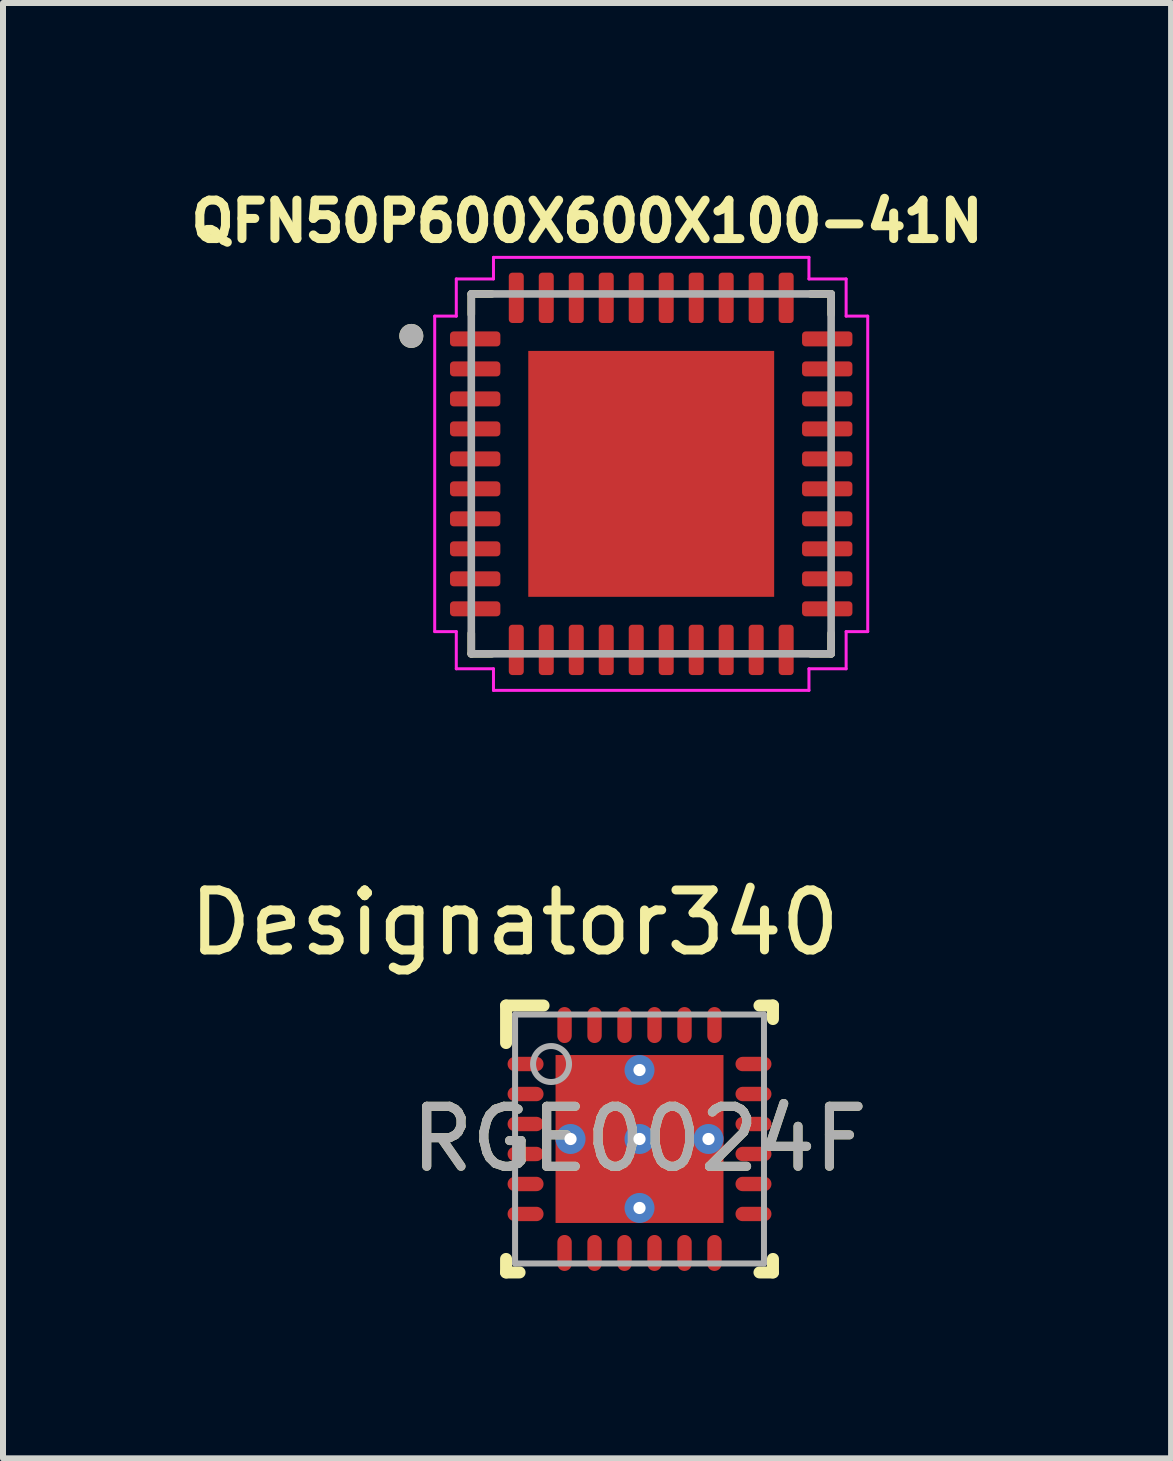
<source format=kicad_pcb>
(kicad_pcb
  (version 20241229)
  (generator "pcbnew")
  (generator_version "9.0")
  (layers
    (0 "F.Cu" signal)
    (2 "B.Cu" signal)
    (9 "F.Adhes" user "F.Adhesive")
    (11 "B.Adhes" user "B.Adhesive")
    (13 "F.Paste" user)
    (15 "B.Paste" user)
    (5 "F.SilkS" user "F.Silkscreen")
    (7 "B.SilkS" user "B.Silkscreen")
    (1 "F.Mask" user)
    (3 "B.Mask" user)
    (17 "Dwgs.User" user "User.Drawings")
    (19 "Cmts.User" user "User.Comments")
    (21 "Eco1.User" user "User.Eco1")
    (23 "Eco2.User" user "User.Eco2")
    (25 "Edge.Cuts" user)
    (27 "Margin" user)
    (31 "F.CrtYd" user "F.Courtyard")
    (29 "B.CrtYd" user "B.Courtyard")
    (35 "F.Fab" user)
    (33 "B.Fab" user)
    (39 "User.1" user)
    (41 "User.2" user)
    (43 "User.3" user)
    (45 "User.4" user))
  (footprint "QFN50P600X600X100-41N"
    (layer "F.Cu")
    (at 7.808 4.851)
    (property "Reference" "QFN50P600X600X100-41N" (at -1.07 -4.212 0) (layer "F.SilkS") (effects (font (size 0.641 0.641) (thickness 0.15))))
    (attr smd)
    (fp_line (start -3 -3) (end -3 -2.66) (stroke (width 0.127) (type solid)) (layer "F.SilkS"))
    (fp_line (start -3 3) (end -3 2.66) (stroke (width 0.127) (type solid)) (layer "F.SilkS"))
    (fp_line (start -2.66 -3) (end -3 -3) (stroke (width 0.127) (type solid)) (layer "F.SilkS"))
    (fp_line (start -2.66 3) (end -3 3) (stroke (width 0.127) (type solid)) (layer "F.SilkS"))
    (fp_line (start 2.66 -3) (end 3 -3) (stroke (width 0.127) (type solid)) (layer "F.SilkS"))
    (fp_line (start 2.66 3) (end 3 3) (stroke (width 0.127) (type solid)) (layer "F.SilkS"))
    (fp_line (start 3 -3) (end 3 -2.66) (stroke (width 0.127) (type solid)) (layer "F.SilkS"))
    (fp_line (start 3 3) (end 3 2.66) (stroke (width 0.127) (type solid)) (layer "F.SilkS"))
    (fp_circle (center -4 -2.3) (end -3.9 -2.3) (stroke (width 0.2) (type solid)) (fill no) (layer "F.SilkS"))
    (fp_poly (pts (xy -1.303 -1.3) (xy 1.3 -1.3) (xy 1.3 1.303) (xy -1.303 1.303)) (stroke (width 0.01) (type solid)) (fill yes) (layer "F.Paste"))
    (fp_line (start -3.61 -2.63) (end -3.61 2.63) (stroke (width 0.05) (type solid)) (layer "F.CrtYd"))
    (fp_line (start -3.61 2.63) (end -3.25 2.63) (stroke (width 0.05) (type solid)) (layer "F.CrtYd"))
    (fp_line (start -3.25 -3.25) (end -3.25 -2.63) (stroke (width 0.05) (type solid)) (layer "F.CrtYd"))
    (fp_line (start -3.25 -2.63) (end -3.61 -2.63) (stroke (width 0.05) (type solid)) (layer "F.CrtYd"))
    (fp_line (start -3.25 2.63) (end -3.25 3.25) (stroke (width 0.05) (type solid)) (layer "F.CrtYd"))
    (fp_line (start -3.25 3.25) (end -2.63 3.25) (stroke (width 0.05) (type solid)) (layer "F.CrtYd"))
    (fp_line (start -2.63 -3.61) (end -2.63 -3.25) (stroke (width 0.05) (type solid)) (layer "F.CrtYd"))
    (fp_line (start -2.63 -3.25) (end -3.25 -3.25) (stroke (width 0.05) (type solid)) (layer "F.CrtYd"))
    (fp_line (start -2.63 3.25) (end -2.63 3.61) (stroke (width 0.05) (type solid)) (layer "F.CrtYd"))
    (fp_line (start -2.63 3.61) (end 2.63 3.61) (stroke (width 0.05) (type solid)) (layer "F.CrtYd"))
    (fp_line (start 2.63 -3.61) (end -2.63 -3.61) (stroke (width 0.05) (type solid)) (layer "F.CrtYd"))
    (fp_line (start 2.63 -3.25) (end 2.63 -3.61) (stroke (width 0.05) (type solid)) (layer "F.CrtYd"))
    (fp_line (start 2.63 3.25) (end 3.25 3.25) (stroke (width 0.05) (type solid)) (layer "F.CrtYd"))
    (fp_line (start 2.63 3.61) (end 2.63 3.25) (stroke (width 0.05) (type solid)) (layer "F.CrtYd"))
    (fp_line (start 3.25 -3.25) (end 2.63 -3.25) (stroke (width 0.05) (type solid)) (layer "F.CrtYd"))
    (fp_line (start 3.25 -2.63) (end 3.25 -3.25) (stroke (width 0.05) (type solid)) (layer "F.CrtYd"))
    (fp_line (start 3.25 2.63) (end 3.61 2.63) (stroke (width 0.05) (type solid)) (layer "F.CrtYd"))
    (fp_line (start 3.25 3.25) (end 3.25 2.63) (stroke (width 0.05) (type solid)) (layer "F.CrtYd"))
    (fp_line (start 3.61 -2.63) (end 3.25 -2.63) (stroke (width 0.05) (type solid)) (layer "F.CrtYd"))
    (fp_line (start 3.61 2.63) (end 3.61 -2.63) (stroke (width 0.05) (type solid)) (layer "F.CrtYd"))
    (fp_line (start -3 -3) (end 3 -3) (stroke (width 0.127) (type solid)) (layer "F.Fab"))
    (fp_line (start -3 3) (end -3 -3) (stroke (width 0.127) (type solid)) (layer "F.Fab"))
    (fp_line (start 3 -3) (end 3 3) (stroke (width 0.127) (type solid)) (layer "F.Fab"))
    (fp_line (start 3 3) (end -3 3) (stroke (width 0.127) (type solid)) (layer "F.Fab"))
    (fp_circle (center -4 -2.3) (end -3.9 -2.3) (stroke (width 0.2) (type solid)) (fill no) (layer "F.Fab"))
    (pad "1" smd roundrect (at -2.935 -2.25 180) (size 0.84 0.25) (layers "F.Cu" "F.Mask" "F.Paste") (roundrect_rratio 0.24))
    (pad "2" smd roundrect (at -2.935 -1.75 180) (size 0.84 0.25) (layers "F.Cu" "F.Mask" "F.Paste") (roundrect_rratio 0.24))
    (pad "3" smd roundrect (at -2.935 -1.25 180) (size 0.84 0.25) (layers "F.Cu" "F.Mask" "F.Paste") (roundrect_rratio 0.24))
    (pad "4" smd roundrect (at -2.935 -0.75 180) (size 0.84 0.25) (layers "F.Cu" "F.Mask" "F.Paste") (roundrect_rratio 0.24))
    (pad "5" smd roundrect (at -2.935 -0.25 180) (size 0.84 0.25) (layers "F.Cu" "F.Mask" "F.Paste") (roundrect_rratio 0.24))
    (pad "6" smd roundrect (at -2.935 0.25 180) (size 0.84 0.25) (layers "F.Cu" "F.Mask" "F.Paste") (roundrect_rratio 0.24))
    (pad "7" smd roundrect (at -2.935 0.75 180) (size 0.84 0.25) (layers "F.Cu" "F.Mask" "F.Paste") (roundrect_rratio 0.24))
    (pad "8" smd roundrect (at -2.935 1.25 180) (size 0.84 0.25) (layers "F.Cu" "F.Mask" "F.Paste") (roundrect_rratio 0.24))
    (pad "9" smd roundrect (at -2.935 1.75 180) (size 0.84 0.25) (layers "F.Cu" "F.Mask" "F.Paste") (roundrect_rratio 0.24))
    (pad "10" smd roundrect (at -2.935 2.25 180) (size 0.84 0.25) (layers "F.Cu" "F.Mask" "F.Paste") (roundrect_rratio 0.24))
    (pad "11" smd roundrect (at -2.25 2.935 270) (size 0.84 0.25) (layers "F.Cu" "F.Mask" "F.Paste") (roundrect_rratio 0.24))
    (pad "12" smd roundrect (at -1.75 2.935 270) (size 0.84 0.25) (layers "F.Cu" "F.Mask" "F.Paste") (roundrect_rratio 0.24))
    (pad "13" smd roundrect (at -1.25 2.935 270) (size 0.84 0.25) (layers "F.Cu" "F.Mask" "F.Paste") (roundrect_rratio 0.24))
    (pad "14" smd roundrect (at -0.75 2.935 270) (size 0.84 0.25) (layers "F.Cu" "F.Mask" "F.Paste") (roundrect_rratio 0.24))
    (pad "15" smd roundrect (at -0.25 2.935 270) (size 0.84 0.25) (layers "F.Cu" "F.Mask" "F.Paste") (roundrect_rratio 0.24))
    (pad "16" smd roundrect (at 0.25 2.935 270) (size 0.84 0.25) (layers "F.Cu" "F.Mask" "F.Paste") (roundrect_rratio 0.24))
    (pad "17" smd roundrect (at 0.75 2.935 270) (size 0.84 0.25) (layers "F.Cu" "F.Mask" "F.Paste") (roundrect_rratio 0.24))
    (pad "18" smd roundrect (at 1.25 2.935 270) (size 0.84 0.25) (layers "F.Cu" "F.Mask" "F.Paste") (roundrect_rratio 0.24))
    (pad "19" smd roundrect (at 1.75 2.935 270) (size 0.84 0.25) (layers "F.Cu" "F.Mask" "F.Paste") (roundrect_rratio 0.24))
    (pad "20" smd roundrect (at 2.25 2.935 270) (size 0.84 0.25) (layers "F.Cu" "F.Mask" "F.Paste") (roundrect_rratio 0.24))
    (pad "21" smd roundrect (at 2.935 2.25) (size 0.84 0.25) (layers "F.Cu" "F.Mask" "F.Paste") (roundrect_rratio 0.24))
    (pad "22" smd roundrect (at 2.935 1.75) (size 0.84 0.25) (layers "F.Cu" "F.Mask" "F.Paste") (roundrect_rratio 0.24))
    (pad "23" smd roundrect (at 2.935 1.25) (size 0.84 0.25) (layers "F.Cu" "F.Mask" "F.Paste") (roundrect_rratio 0.24))
    (pad "24" smd roundrect (at 2.935 0.75) (size 0.84 0.25) (layers "F.Cu" "F.Mask" "F.Paste") (roundrect_rratio 0.24))
    (pad "25" smd roundrect (at 2.935 0.25) (size 0.84 0.25) (layers "F.Cu" "F.Mask" "F.Paste") (roundrect_rratio 0.24))
    (pad "26" smd roundrect (at 2.935 -0.25) (size 0.84 0.25) (layers "F.Cu" "F.Mask" "F.Paste") (roundrect_rratio 0.24))
    (pad "27" smd roundrect (at 2.935 -0.75) (size 0.84 0.25) (layers "F.Cu" "F.Mask" "F.Paste") (roundrect_rratio 0.24))
    (pad "28" smd roundrect (at 2.935 -1.25) (size 0.84 0.25) (layers "F.Cu" "F.Mask" "F.Paste") (roundrect_rratio 0.24))
    (pad "29" smd roundrect (at 2.935 -1.75) (size 0.84 0.25) (layers "F.Cu" "F.Mask" "F.Paste") (roundrect_rratio 0.24))
    (pad "30" smd roundrect (at 2.935 -2.25) (size 0.84 0.25) (layers "F.Cu" "F.Mask" "F.Paste") (roundrect_rratio 0.24))
    (pad "31" smd roundrect (at 2.25 -2.935 90) (size 0.84 0.25) (layers "F.Cu" "F.Mask" "F.Paste") (roundrect_rratio 0.24))
    (pad "32" smd roundrect (at 1.75 -2.935 90) (size 0.84 0.25) (layers "F.Cu" "F.Mask" "F.Paste") (roundrect_rratio 0.24))
    (pad "33" smd roundrect (at 1.25 -2.935 90) (size 0.84 0.25) (layers "F.Cu" "F.Mask" "F.Paste") (roundrect_rratio 0.24))
    (pad "34" smd roundrect (at 0.75 -2.935 90) (size 0.84 0.25) (layers "F.Cu" "F.Mask" "F.Paste") (roundrect_rratio 0.24))
    (pad "35" smd roundrect (at 0.25 -2.935 90) (size 0.84 0.25) (layers "F.Cu" "F.Mask" "F.Paste") (roundrect_rratio 0.24))
    (pad "36" smd roundrect (at -0.25 -2.935 90) (size 0.84 0.25) (layers "F.Cu" "F.Mask" "F.Paste") (roundrect_rratio 0.24))
    (pad "37" smd roundrect (at -0.75 -2.935 90) (size 0.84 0.25) (layers "F.Cu" "F.Mask" "F.Paste") (roundrect_rratio 0.24))
    (pad "38" smd roundrect (at -1.25 -2.935 90) (size 0.84 0.25) (layers "F.Cu" "F.Mask" "F.Paste") (roundrect_rratio 0.24))
    (pad "39" smd roundrect (at -1.75 -2.935 90) (size 0.84 0.25) (layers "F.Cu" "F.Mask" "F.Paste") (roundrect_rratio 0.24))
    (pad "40" smd roundrect (at -2.25 -2.935 90) (size 0.84 0.25) (layers "F.Cu" "F.Mask" "F.Paste") (roundrect_rratio 0.24))
    (pad "41" smd rect (at 0 0) (size 4.1 4.1) (layers "F.Cu" "F.Mask")))
  (footprint "RGE0024F"
    (layer "F.Cu")
    (at 7.613 15.941)
    (property "Reference" "RGE0024F" (at 0 0 0) (unlocked yes) (layer "F.SilkS") (effects (font (size 1 1) (thickness 0.15))))
    (attr smd)
    (fp_line (start -2.225 -2.225) (end -1.6 -2.225) (stroke (width 0.2) (type solid)) (layer "F.SilkS"))
    (fp_line (start -2.225 -1.6) (end -2.225 -2.225) (stroke (width 0.2) (type solid)) (layer "F.SilkS"))
    (fp_line (start -2.225 2.225) (end -2.225 2) (stroke (width 0.2) (type solid)) (layer "F.SilkS"))
    (fp_line (start -2.225 2.225) (end -2 2.225) (stroke (width 0.2) (type solid)) (layer "F.SilkS"))
    (fp_line (start 2 -2.225) (end 2.225 -2.225) (stroke (width 0.2) (type solid)) (layer "F.SilkS"))
    (fp_line (start 2 2.225) (end 2.225 2.225) (stroke (width 0.2) (type solid)) (layer "F.SilkS"))
    (fp_line (start 2.225 -2) (end 2.225 -2.225) (stroke (width 0.2) (type solid)) (layer "F.SilkS"))
    (fp_line (start 2.225 2.225) (end 2.225 2) (stroke (width 0.2) (type solid)) (layer "F.SilkS"))
    (fp_poly (pts (xy -0.1 -1.329) (xy -1.329 -1.329) (xy -1.329 -0.1) (xy -0.1 -0.1)) (stroke (width 0) (type solid)) (fill yes) (layer "F.Paste"))
    (fp_poly (pts (xy -0.1 0.1) (xy -1.329 0.1) (xy -1.329 1.329) (xy -0.1 1.329)) (stroke (width 0) (type solid)) (fill yes) (layer "F.Paste"))
    (fp_poly (pts (xy 0.1 -0.1) (xy 1.329 -0.1) (xy 1.329 -1.329) (xy 0.1 -1.329)) (stroke (width 0) (type solid)) (fill yes) (layer "F.Paste"))
    (fp_poly (pts (xy 0.1 1.329) (xy 1.329 1.329) (xy 1.329 0.1) (xy 0.1 0.1)) (stroke (width 0) (type solid)) (fill yes) (layer "F.Paste"))
    (fp_line (start -2.075 -2.075) (end 2.075 -2.075) (stroke (width 0.1) (type solid)) (layer "F.Fab"))
    (fp_line (start -2.075 2.075) (end -2.075 -2.075) (stroke (width 0.1) (type solid)) (layer "F.Fab"))
    (fp_line (start -2.075 2.075) (end 2.075 2.075) (stroke (width 0.1) (type solid)) (layer "F.Fab"))
    (fp_line (start 2.075 2.075) (end 2.075 -2.075) (stroke (width 0.1) (type solid)) (layer "F.Fab"))
    (fp_circle (center -1.475 -1.25) (end -1.175 -1.25) (stroke (width 0.1) (type solid)) (fill no) (layer "F.Fab"))
    (fp_text user "Designator340" (at -2.083 -3.607 0) (unlocked yes) (layer "F.SilkS") (effects (font (size 1 1) (thickness 0.15))))
    (fp_text user "${REFERENCE}" (at 0 0 0) (unlocked yes) (layer "F.Fab") (effects (font (size 1 1) (thickness 0.15))))
    (pad "1" smd oval (at -1.9 -1.25 90) (size 0.24 0.6) (layers "F.Cu" "F.Mask" "F.Paste"))
    (pad "2" smd oval (at -1.9 -0.75 90) (size 0.24 0.6) (layers "F.Cu" "F.Mask" "F.Paste"))
    (pad "3" smd oval (at -1.9 -0.25 90) (size 0.24 0.6) (layers "F.Cu" "F.Mask" "F.Paste"))
    (pad "4" smd oval (at -1.9 0.25 90) (size 0.24 0.6) (layers "F.Cu" "F.Mask" "F.Paste"))
    (pad "5" smd oval (at -1.9 0.75 90) (size 0.24 0.6) (layers "F.Cu" "F.Mask" "F.Paste"))
    (pad "6" smd oval (at -1.9 1.25 90) (size 0.24 0.6) (layers "F.Cu" "F.Mask" "F.Paste"))
    (pad "7" smd oval (at -1.25 1.9) (size 0.24 0.6) (layers "F.Cu" "F.Mask" "F.Paste"))
    (pad "8" smd oval (at -0.75 1.9) (size 0.24 0.6) (layers "F.Cu" "F.Mask" "F.Paste"))
    (pad "9" smd oval (at -0.25 1.9) (size 0.24 0.6) (layers "F.Cu" "F.Mask" "F.Paste"))
    (pad "10" smd oval (at 0.25 1.9) (size 0.24 0.6) (layers "F.Cu" "F.Mask" "F.Paste"))
    (pad "11" smd oval (at 0.75 1.9) (size 0.24 0.6) (layers "F.Cu" "F.Mask" "F.Paste"))
    (pad "12" smd oval (at 1.25 1.9) (size 0.24 0.6) (layers "F.Cu" "F.Mask" "F.Paste"))
    (pad "13" smd oval (at 1.9 1.25 90) (size 0.24 0.6) (layers "F.Cu" "F.Mask" "F.Paste"))
    (pad "14" smd oval (at 1.9 0.75 90) (size 0.24 0.6) (layers "F.Cu" "F.Mask" "F.Paste"))
    (pad "15" smd oval (at 1.9 0.25 90) (size 0.24 0.6) (layers "F.Cu" "F.Mask" "F.Paste"))
    (pad "16" smd oval (at 1.9 -0.25 90) (size 0.24 0.6) (layers "F.Cu" "F.Mask" "F.Paste"))
    (pad "17" smd oval (at 1.9 -0.75 90) (size 0.24 0.6) (layers "F.Cu" "F.Mask" "F.Paste"))
    (pad "18" smd oval (at 1.9 -1.25 90) (size 0.24 0.6) (layers "F.Cu" "F.Mask" "F.Paste"))
    (pad "19" smd oval (at 1.25 -1.9) (size 0.24 0.6) (layers "F.Cu" "F.Mask" "F.Paste"))
    (pad "20" smd oval (at 0.75 -1.9) (size 0.24 0.6) (layers "F.Cu" "F.Mask" "F.Paste"))
    (pad "21" smd oval (at 0.25 -1.9) (size 0.24 0.6) (layers "F.Cu" "F.Mask" "F.Paste"))
    (pad "22" smd oval (at -0.25 -1.9) (size 0.24 0.6) (layers "F.Cu" "F.Mask" "F.Paste"))
    (pad "23" smd oval (at -0.75 -1.9) (size 0.24 0.6) (layers "F.Cu" "F.Mask" "F.Paste"))
    (pad "24" smd oval (at -1.25 -1.9) (size 0.24 0.6) (layers "F.Cu" "F.Mask" "F.Paste"))
    (pad "25" smd rect (at 0.000003 0) (size 2.8 2.8) (layers "F.Cu" "F.Mask"))
    (pad "V" thru_hole circle (at -1.15 0) (size 0.5 0.5) (drill 0.203) (layers "*.Cu" "*.Mask"))
    (pad "V" thru_hole circle (at 0.000003 -1.15) (size 0.5 0.5) (drill 0.203) (layers "*.Cu" "*.Mask"))
    (pad "V" thru_hole circle (at 0.000003 0) (size 0.5 0.5) (drill 0.203) (layers "*.Cu" "*.Mask"))
    (pad "V" thru_hole circle (at 0.000003 1.15) (size 0.5 0.5) (drill 0.203) (layers "*.Cu" "*.Mask"))
    (pad "V" thru_hole circle (at 1.15 0) (size 0.5 0.5) (drill 0.203) (layers "*.Cu" "*.Mask")))
  (gr_rect
    (start -3 -3)
    (end 16.476 21.266)
    (stroke (width 0.1) (type default))
    (fill no)
    (layer "Edge.Cuts")))
</source>
